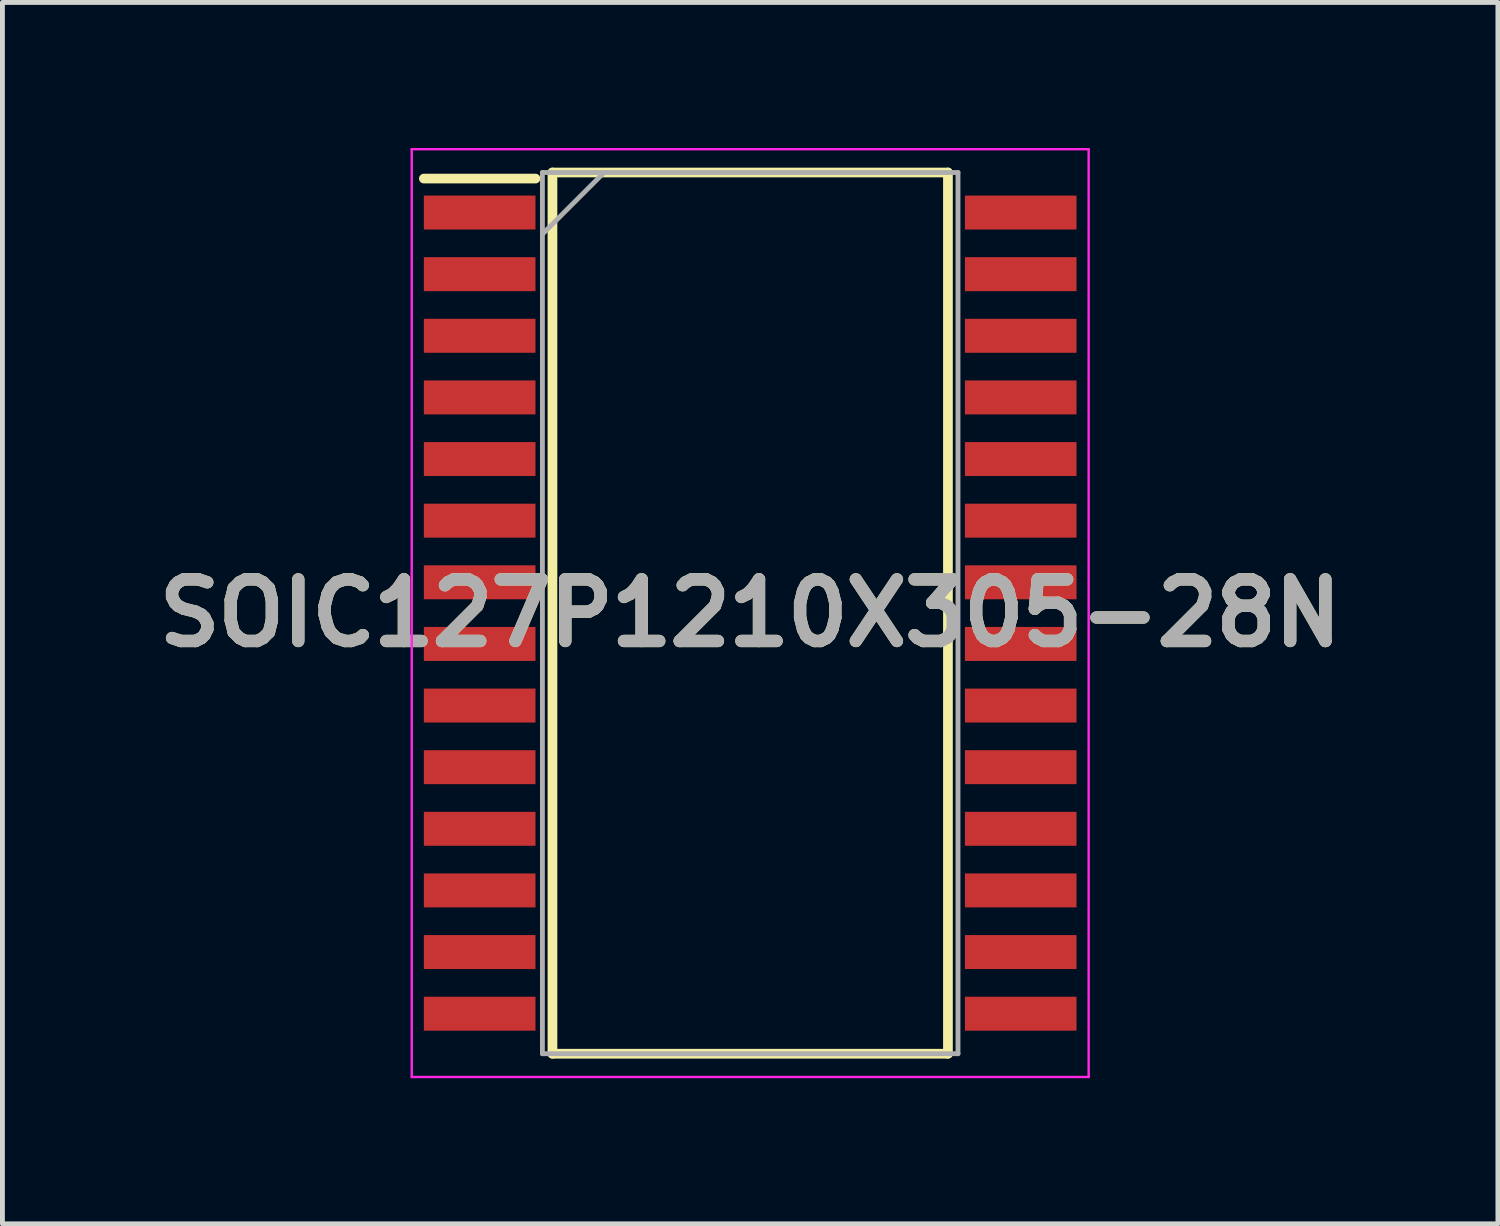
<source format=kicad_pcb>
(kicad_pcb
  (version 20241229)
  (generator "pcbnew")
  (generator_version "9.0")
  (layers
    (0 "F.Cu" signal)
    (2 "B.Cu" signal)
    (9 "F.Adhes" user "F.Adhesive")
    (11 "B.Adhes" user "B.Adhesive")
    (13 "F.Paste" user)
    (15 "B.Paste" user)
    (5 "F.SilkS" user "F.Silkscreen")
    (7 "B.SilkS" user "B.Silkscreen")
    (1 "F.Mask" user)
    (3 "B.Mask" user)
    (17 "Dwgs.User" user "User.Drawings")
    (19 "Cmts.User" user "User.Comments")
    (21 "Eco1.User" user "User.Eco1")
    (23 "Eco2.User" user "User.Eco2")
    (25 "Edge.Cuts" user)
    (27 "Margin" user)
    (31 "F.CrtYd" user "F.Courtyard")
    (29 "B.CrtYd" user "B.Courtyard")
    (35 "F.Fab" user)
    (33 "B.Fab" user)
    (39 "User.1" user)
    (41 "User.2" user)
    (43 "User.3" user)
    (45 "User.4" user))
  (footprint "SOIC127P1210X305-28N"
    (layer "F.Cu")
    (at 12.41 9.585)
    (property "Reference" "SOIC127P1210X305-28N" (at 0 0 0) (layer "F.SilkS") (effects (font (size 1.27 1.27) (thickness 0.254))))
    (attr smd)
    (fp_line (start -6.725 -8.955) (end -4.425 -8.955) (stroke (width 0.2) (type solid)) (layer "F.SilkS"))
    (fp_line (start -4.075 -9.08) (end 4.075 -9.08) (stroke (width 0.2) (type solid)) (layer "F.SilkS"))
    (fp_line (start -4.075 9.08) (end -4.075 -9.08) (stroke (width 0.2) (type solid)) (layer "F.SilkS"))
    (fp_line (start 4.075 -9.08) (end 4.075 9.08) (stroke (width 0.2) (type solid)) (layer "F.SilkS"))
    (fp_line (start 4.075 9.08) (end -4.075 9.08) (stroke (width 0.2) (type solid)) (layer "F.SilkS"))
    (fp_line (start -6.975 -9.56) (end 6.975 -9.56) (stroke (width 0.05) (type solid)) (layer "F.CrtYd"))
    (fp_line (start -6.975 9.56) (end -6.975 -9.56) (stroke (width 0.05) (type solid)) (layer "F.CrtYd"))
    (fp_line (start 6.975 -9.56) (end 6.975 9.56) (stroke (width 0.05) (type solid)) (layer "F.CrtYd"))
    (fp_line (start 6.975 9.56) (end -6.975 9.56) (stroke (width 0.05) (type solid)) (layer "F.CrtYd"))
    (fp_line (start -4.282 -9.08) (end 4.282 -9.08) (stroke (width 0.1) (type solid)) (layer "F.Fab"))
    (fp_line (start -4.282 -7.81) (end -3.012 -9.08) (stroke (width 0.1) (type solid)) (layer "F.Fab"))
    (fp_line (start -4.282 9.08) (end -4.282 -9.08) (stroke (width 0.1) (type solid)) (layer "F.Fab"))
    (fp_line (start 4.282 -9.08) (end 4.282 9.08) (stroke (width 0.1) (type solid)) (layer "F.Fab"))
    (fp_line (start 4.282 9.08) (end -4.282 9.08) (stroke (width 0.1) (type solid)) (layer "F.Fab"))
    (fp_text user "${REFERENCE}" (at 0 0 0) (layer "F.Fab") (effects (font (size 1.27 1.27) (thickness 0.254))))
    (pad "1" smd rect (at -5.575 -8.255 90) (size 0.7 2.3) (layers "F.Cu" "F.Mask" "F.Paste"))
    (pad "2" smd rect (at -5.575 -6.985 90) (size 0.7 2.3) (layers "F.Cu" "F.Mask" "F.Paste"))
    (pad "3" smd rect (at -5.575 -5.715 90) (size 0.7 2.3) (layers "F.Cu" "F.Mask" "F.Paste"))
    (pad "4" smd rect (at -5.575 -4.445 90) (size 0.7 2.3) (layers "F.Cu" "F.Mask" "F.Paste"))
    (pad "5" smd rect (at -5.575 -3.175 90) (size 0.7 2.3) (layers "F.Cu" "F.Mask" "F.Paste"))
    (pad "6" smd rect (at -5.575 -1.905 90) (size 0.7 2.3) (layers "F.Cu" "F.Mask" "F.Paste"))
    (pad "7" smd rect (at -5.575 -0.635 90) (size 0.7 2.3) (layers "F.Cu" "F.Mask" "F.Paste"))
    (pad "8" smd rect (at -5.575 0.635 90) (size 0.7 2.3) (layers "F.Cu" "F.Mask" "F.Paste"))
    (pad "9" smd rect (at -5.575 1.905 90) (size 0.7 2.3) (layers "F.Cu" "F.Mask" "F.Paste"))
    (pad "10" smd rect (at -5.575 3.175 90) (size 0.7 2.3) (layers "F.Cu" "F.Mask" "F.Paste"))
    (pad "11" smd rect (at -5.575 4.445 90) (size 0.7 2.3) (layers "F.Cu" "F.Mask" "F.Paste"))
    (pad "12" smd rect (at -5.575 5.715 90) (size 0.7 2.3) (layers "F.Cu" "F.Mask" "F.Paste"))
    (pad "13" smd rect (at -5.575 6.985 90) (size 0.7 2.3) (layers "F.Cu" "F.Mask" "F.Paste"))
    (pad "14" smd rect (at -5.575 8.255 90) (size 0.7 2.3) (layers "F.Cu" "F.Mask" "F.Paste"))
    (pad "15" smd rect (at 5.575 8.255 90) (size 0.7 2.3) (layers "F.Cu" "F.Mask" "F.Paste"))
    (pad "16" smd rect (at 5.575 6.985 90) (size 0.7 2.3) (layers "F.Cu" "F.Mask" "F.Paste"))
    (pad "17" smd rect (at 5.575 5.715 90) (size 0.7 2.3) (layers "F.Cu" "F.Mask" "F.Paste"))
    (pad "18" smd rect (at 5.575 4.445 90) (size 0.7 2.3) (layers "F.Cu" "F.Mask" "F.Paste"))
    (pad "19" smd rect (at 5.575 3.175 90) (size 0.7 2.3) (layers "F.Cu" "F.Mask" "F.Paste"))
    (pad "20" smd rect (at 5.575 1.905 90) (size 0.7 2.3) (layers "F.Cu" "F.Mask" "F.Paste"))
    (pad "21" smd rect (at 5.575 0.635 90) (size 0.7 2.3) (layers "F.Cu" "F.Mask" "F.Paste"))
    (pad "22" smd rect (at 5.575 -0.635 90) (size 0.7 2.3) (layers "F.Cu" "F.Mask" "F.Paste"))
    (pad "23" smd rect (at 5.575 -1.905 90) (size 0.7 2.3) (layers "F.Cu" "F.Mask" "F.Paste"))
    (pad "24" smd rect (at 5.575 -3.175 90) (size 0.7 2.3) (layers "F.Cu" "F.Mask" "F.Paste"))
    (pad "25" smd rect (at 5.575 -4.445 90) (size 0.7 2.3) (layers "F.Cu" "F.Mask" "F.Paste"))
    (pad "26" smd rect (at 5.575 -5.715 90) (size 0.7 2.3) (layers "F.Cu" "F.Mask" "F.Paste"))
    (pad "27" smd rect (at 5.575 -6.985 90) (size 0.7 2.3) (layers "F.Cu" "F.Mask" "F.Paste"))
    (pad "28" smd rect (at 5.575 -8.255 90) (size 0.7 2.3) (layers "F.Cu" "F.Mask" "F.Paste")))
  (gr_rect
    (start -3 -3)
    (end 27.819 22.17)
    (stroke (width 0.1) (type default))
    (fill no)
    (layer "Edge.Cuts")))
</source>
